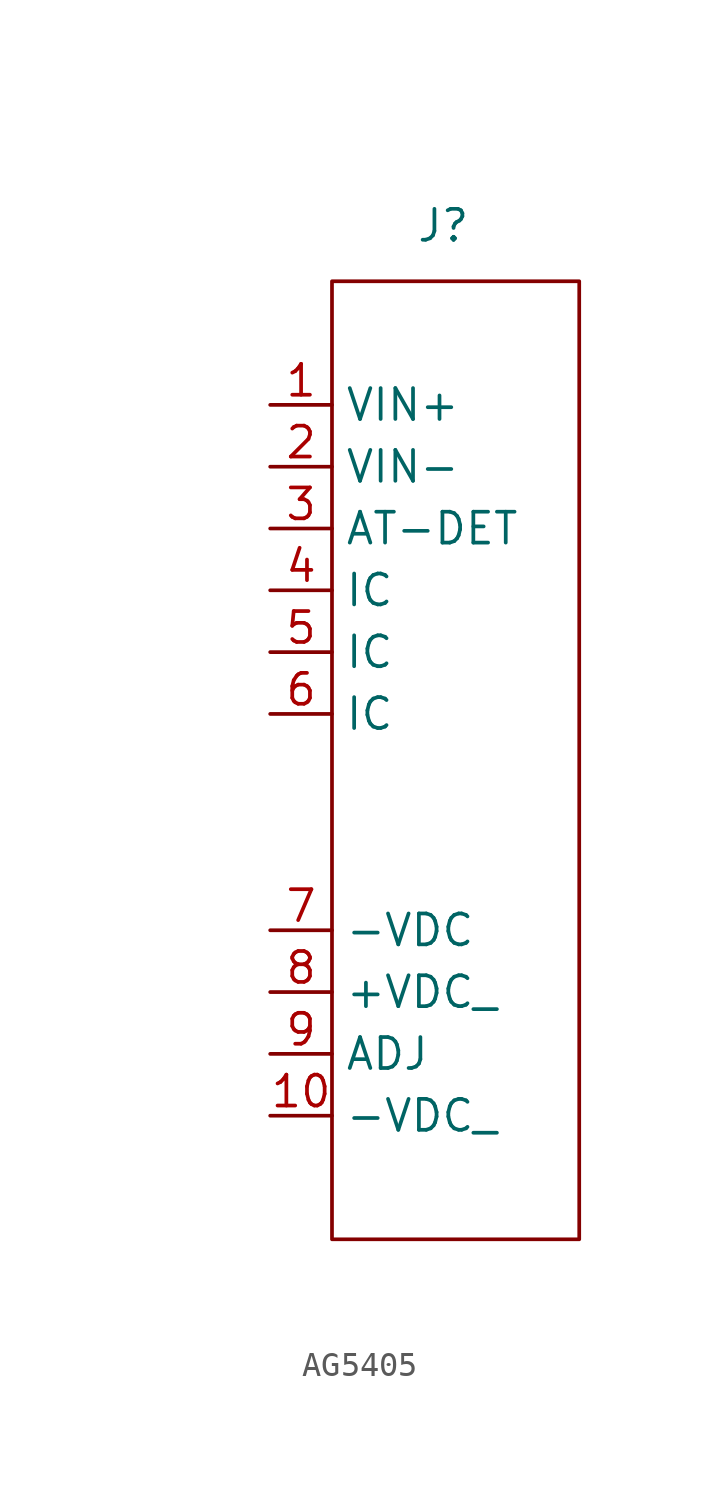
<source format=kicad_sym>
(kicad_symbol_lib
  (version 20241209)
  (generator "kicad_symbol_editor")
  (generator_version "9.0")
  (symbol "AG5405"
    (property "Reference" "J"
      (at 12.192 11.176 0)
      (effects (font (size 1.27 1.27))))
    (property "Value" ""
      (at 0 0 0)
      (effects (font (size 1.27 1.27))))
    (symbol "AG5405_0_1"
      (rectangle (start 7.62 8.89) (end 17.78 -30.48) (stroke (width 0) (type default)) (fill (type none))))
    (symbol "AG5405_1_1"
      (pin input line (at 5.08 3.81 0) (length 2.54) (name "VIN+" (effects (font (size 1.27 1.27)))) (number "1" (effects (font (size 1.27 1.27)))))
      (pin input line (at 5.08 1.27 0) (length 2.54) (name "VIN-" (effects (font (size 1.27 1.27)))) (number "2" (effects (font (size 1.27 1.27)))))
      (pin input line (at 5.08 -1.27 0) (length 2.54) (name "AT-DET" (effects (font (size 1.27 1.27)))) (number "3" (effects (font (size 1.27 1.27)))))
      (pin input line (at 5.08 -3.81 0) (length 2.54) (name "IC" (effects (font (size 1.27 1.27)))) (number "4" (effects (font (size 1.27 1.27)))))
      (pin input line (at 5.08 -6.35 0) (length 2.54) (name "IC" (effects (font (size 1.27 1.27)))) (number "5" (effects (font (size 1.27 1.27)))))
      (pin input line (at 5.08 -8.89 0) (length 2.54) (name "IC" (effects (font (size 1.27 1.27)))) (number "6" (effects (font (size 1.27 1.27)))))
      (pin input line (at 5.08 -17.78 0) (length 2.54) (name "-VDC" (effects (font (size 1.27 1.27)))) (number "7" (effects (font (size 1.27 1.27)))))
      (pin input line (at 5.08 -20.32 0) (length 2.54) (name "+VDC_" (effects (font (size 1.27 1.27)))) (number "8" (effects (font (size 1.27 1.27)))))
      (pin input line (at 5.08 -22.86 0) (length 2.54) (name "ADJ" (effects (font (size 1.27 1.27)))) (number "9" (effects (font (size 1.27 1.27)))))
      (pin input line (at 5.08 -25.4 0) (length 2.54) (name "-VDC_" (effects (font (size 1.27 1.27)))) (number "10" (effects (font (size 1.27 1.27))))))))
</source>
